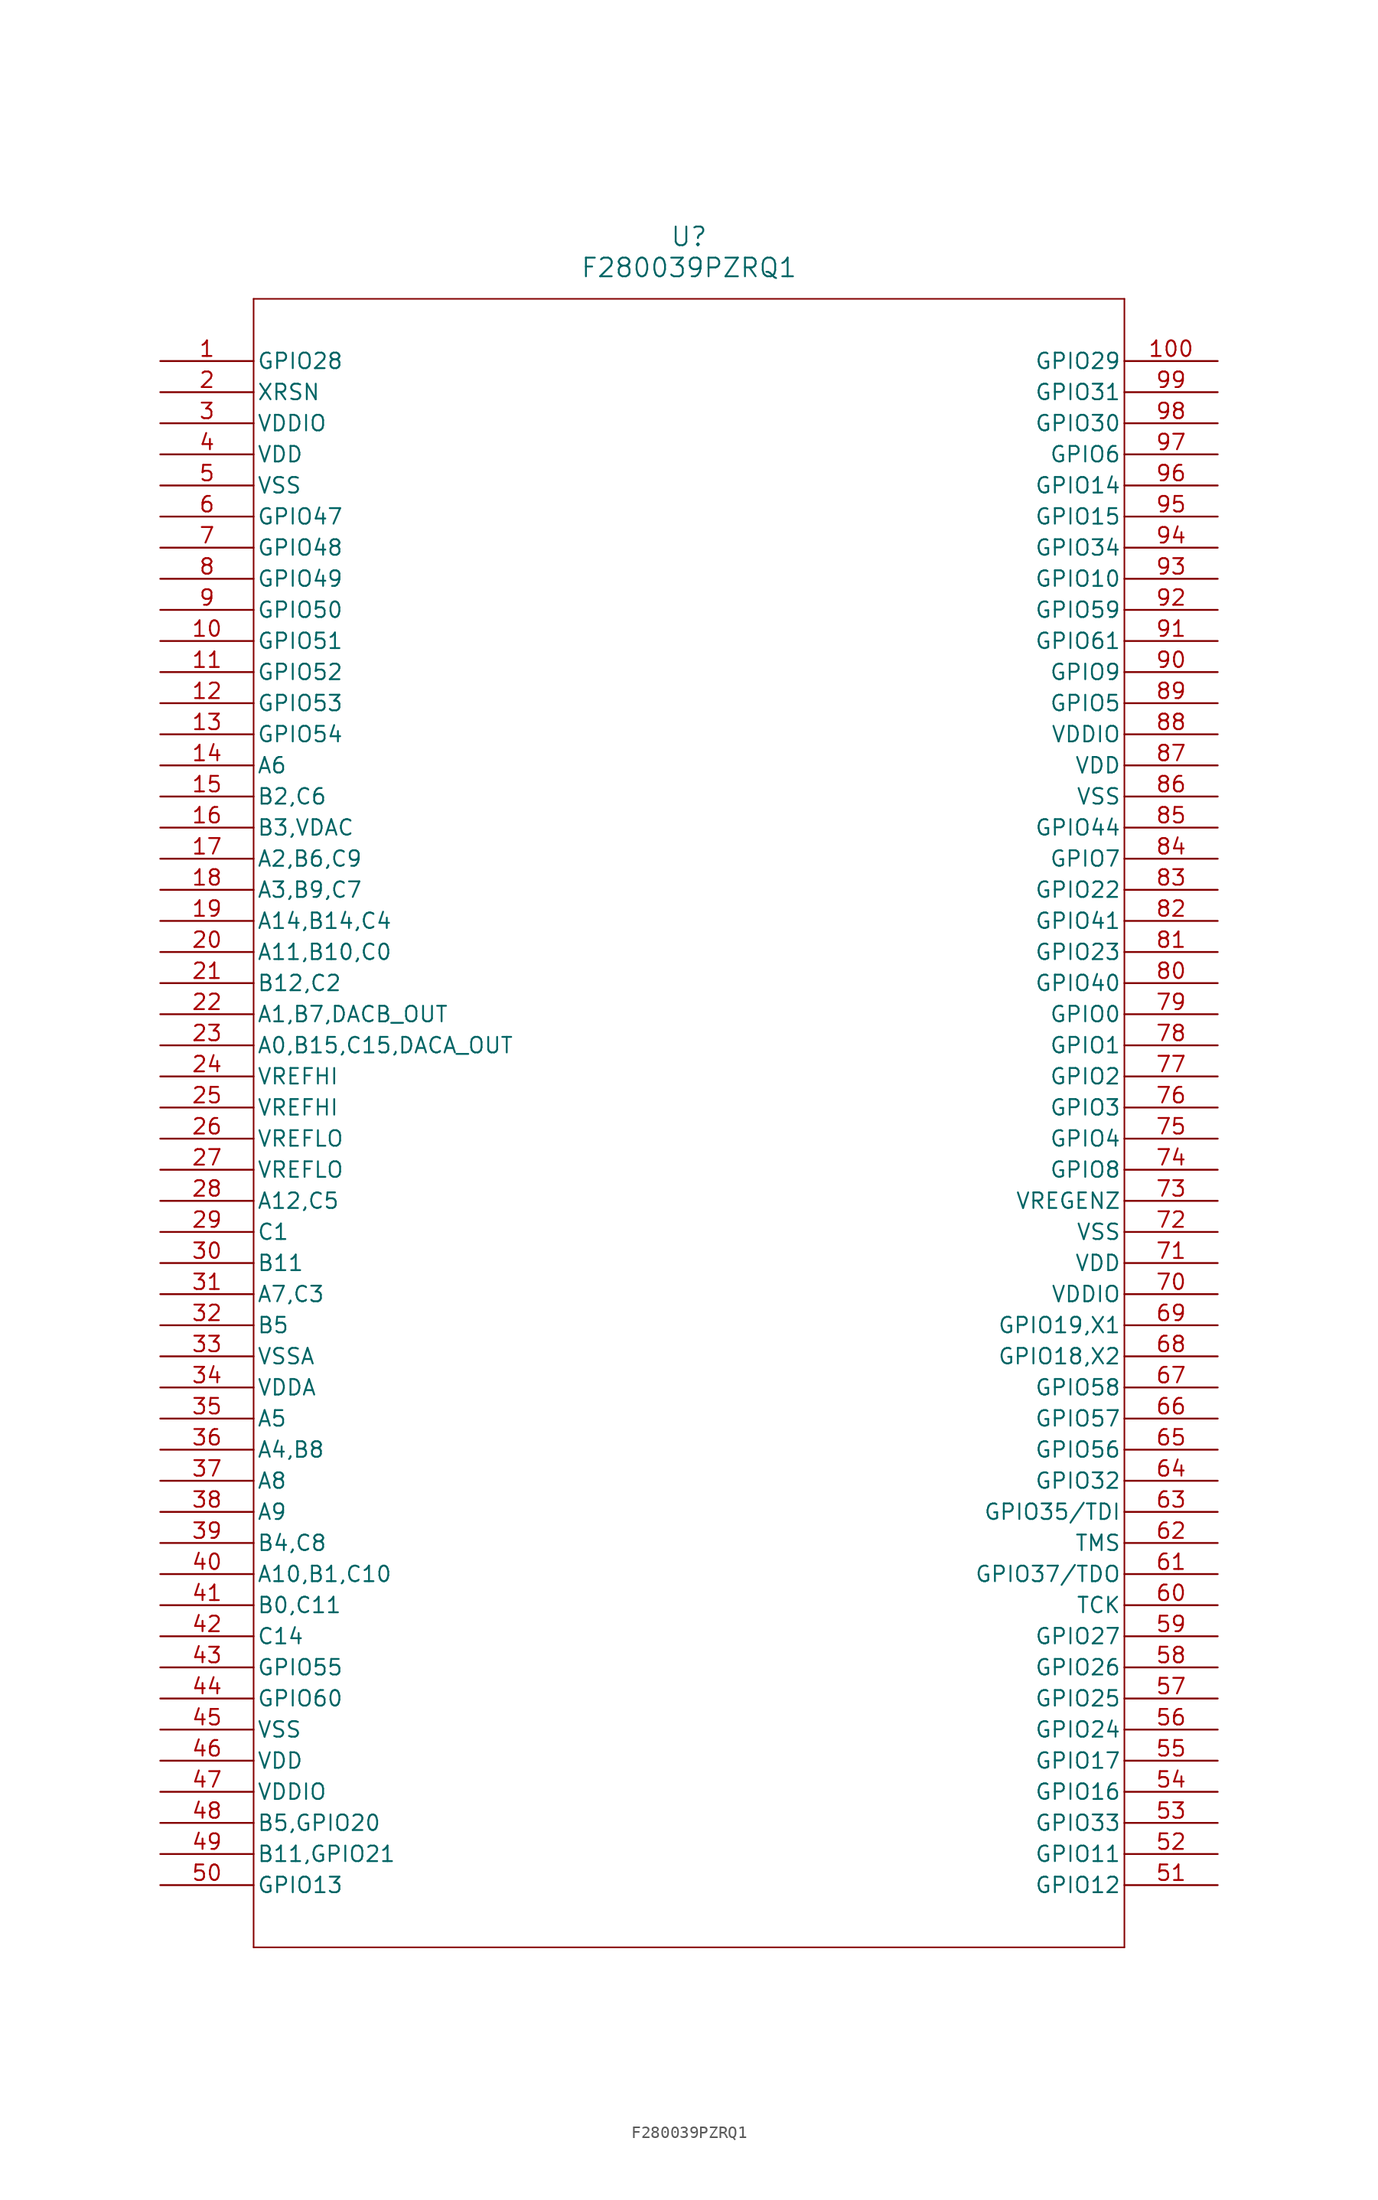
<source format=kicad_sym>
(kicad_symbol_lib
  (version 20241209)
  (generator "kicad_symbol_editor")
  (generator_version "9.0")
  (symbol "F280039PZRQ1"
    (pin_names
      (offset 0.254))
    (property "Reference" "U"
      (at 43.18 10.16 0)
      (effects (font (size 1.524 1.524))))
    (property "Value" "F280039PZRQ1"
      (at 43.18 7.62 0)
      (effects (font (size 1.524 1.524))))
    (symbol "F280039PZRQ1_0_1"
      (polyline (pts (xy 7.62 5.08) (xy 7.62 -129.54)) (stroke (width 0.127) (type default)) (fill (type none)))
      (polyline (pts (xy 7.62 -129.54) (xy 78.74 -129.54)) (stroke (width 0.127) (type default)) (fill (type none)))
      (polyline (pts (xy 78.74 5.08) (xy 7.62 5.08)) (stroke (width 0.127) (type default)) (fill (type none)))
      (polyline (pts (xy 78.74 -129.54) (xy 78.74 5.08)) (stroke (width 0.127) (type default)) (fill (type none)))
      (pin bidirectional line (at 0 0 0) (length 7.62) (name "GPIO28" (effects (font (size 1.27 1.27)))) (number "1" (effects (font (size 1.27 1.27)))))
      (pin bidirectional line (at 0 -2.54 0) (length 7.62) (name "XRSN" (effects (font (size 1.27 1.27)))) (number "2" (effects (font (size 1.27 1.27)))))
      (pin power_in line (at 0 -5.08 0) (length 7.62) (name "VDDIO" (effects (font (size 1.27 1.27)))) (number "3" (effects (font (size 1.27 1.27)))))
      (pin power_in line (at 0 -7.62 0) (length 7.62) (name "VDD" (effects (font (size 1.27 1.27)))) (number "4" (effects (font (size 1.27 1.27)))))
      (pin power_out line (at 0 -10.16 0) (length 7.62) (name "VSS" (effects (font (size 1.27 1.27)))) (number "5" (effects (font (size 1.27 1.27)))))
      (pin bidirectional line (at 0 -12.7 0) (length 7.62) (name "GPIO47" (effects (font (size 1.27 1.27)))) (number "6" (effects (font (size 1.27 1.27)))))
      (pin bidirectional line (at 0 -15.24 0) (length 7.62) (name "GPIO48" (effects (font (size 1.27 1.27)))) (number "7" (effects (font (size 1.27 1.27)))))
      (pin bidirectional line (at 0 -17.78 0) (length 7.62) (name "GPIO49" (effects (font (size 1.27 1.27)))) (number "8" (effects (font (size 1.27 1.27)))))
      (pin bidirectional line (at 0 -20.32 0) (length 7.62) (name "GPIO50" (effects (font (size 1.27 1.27)))) (number "9" (effects (font (size 1.27 1.27)))))
      (pin bidirectional line (at 0 -22.86 0) (length 7.62) (name "GPIO51" (effects (font (size 1.27 1.27)))) (number "10" (effects (font (size 1.27 1.27)))))
      (pin bidirectional line (at 0 -25.4 0) (length 7.62) (name "GPIO52" (effects (font (size 1.27 1.27)))) (number "11" (effects (font (size 1.27 1.27)))))
      (pin bidirectional line (at 0 -27.94 0) (length 7.62) (name "GPIO53" (effects (font (size 1.27 1.27)))) (number "12" (effects (font (size 1.27 1.27)))))
      (pin bidirectional line (at 0 -30.48 0) (length 7.62) (name "GPIO54" (effects (font (size 1.27 1.27)))) (number "13" (effects (font (size 1.27 1.27)))))
      (pin bidirectional line (at 0 -33.02 0) (length 7.62) (name "A6" (effects (font (size 1.27 1.27)))) (number "14" (effects (font (size 1.27 1.27)))))
      (pin bidirectional line (at 0 -35.56 0) (length 7.62) (name "B2,C6" (effects (font (size 1.27 1.27)))) (number "15" (effects (font (size 1.27 1.27)))))
      (pin bidirectional line (at 0 -38.1 0) (length 7.62) (name "B3,VDAC" (effects (font (size 1.27 1.27)))) (number "16" (effects (font (size 1.27 1.27)))))
      (pin bidirectional line (at 0 -40.64 0) (length 7.62) (name "A2,B6,C9" (effects (font (size 1.27 1.27)))) (number "17" (effects (font (size 1.27 1.27)))))
      (pin bidirectional line (at 0 -43.18 0) (length 7.62) (name "A3,B9,C7" (effects (font (size 1.27 1.27)))) (number "18" (effects (font (size 1.27 1.27)))))
      (pin bidirectional line (at 0 -45.72 0) (length 7.62) (name "A14,B14,C4" (effects (font (size 1.27 1.27)))) (number "19" (effects (font (size 1.27 1.27)))))
      (pin bidirectional line (at 0 -48.26 0) (length 7.62) (name "A11,B10,C0" (effects (font (size 1.27 1.27)))) (number "20" (effects (font (size 1.27 1.27)))))
      (pin bidirectional line (at 0 -50.8 0) (length 7.62) (name "B12,C2" (effects (font (size 1.27 1.27)))) (number "21" (effects (font (size 1.27 1.27)))))
      (pin output line (at 0 -53.34 0) (length 7.62) (name "A1,B7,DACB_OUT" (effects (font (size 1.27 1.27)))) (number "22" (effects (font (size 1.27 1.27)))))
      (pin output line (at 0 -55.88 0) (length 7.62) (name "A0,B15,C15,DACA_OUT" (effects (font (size 1.27 1.27)))) (number "23" (effects (font (size 1.27 1.27)))))
      (pin power_in line (at 0 -58.42 0) (length 7.62) (name "VREFHI" (effects (font (size 1.27 1.27)))) (number "24" (effects (font (size 1.27 1.27)))))
      (pin power_in line (at 0 -60.96 0) (length 7.62) (name "VREFHI" (effects (font (size 1.27 1.27)))) (number "25" (effects (font (size 1.27 1.27)))))
      (pin power_in line (at 0 -63.5 0) (length 7.62) (name "VREFLO" (effects (font (size 1.27 1.27)))) (number "26" (effects (font (size 1.27 1.27)))))
      (pin power_in line (at 0 -66.04 0) (length 7.62) (name "VREFLO" (effects (font (size 1.27 1.27)))) (number "27" (effects (font (size 1.27 1.27)))))
      (pin bidirectional line (at 0 -68.58 0) (length 7.62) (name "A12,C5" (effects (font (size 1.27 1.27)))) (number "28" (effects (font (size 1.27 1.27)))))
      (pin bidirectional line (at 0 -71.12 0) (length 7.62) (name "C1" (effects (font (size 1.27 1.27)))) (number "29" (effects (font (size 1.27 1.27)))))
      (pin bidirectional line (at 0 -73.66 0) (length 7.62) (name "B11" (effects (font (size 1.27 1.27)))) (number "30" (effects (font (size 1.27 1.27)))))
      (pin bidirectional line (at 0 -76.2 0) (length 7.62) (name "A7,C3" (effects (font (size 1.27 1.27)))) (number "31" (effects (font (size 1.27 1.27)))))
      (pin bidirectional line (at 0 -78.74 0) (length 7.62) (name "B5" (effects (font (size 1.27 1.27)))) (number "32" (effects (font (size 1.27 1.27)))))
      (pin power_out line (at 0 -81.28 0) (length 7.62) (name "VSSA" (effects (font (size 1.27 1.27)))) (number "33" (effects (font (size 1.27 1.27)))))
      (pin power_in line (at 0 -83.82 0) (length 7.62) (name "VDDA" (effects (font (size 1.27 1.27)))) (number "34" (effects (font (size 1.27 1.27)))))
      (pin bidirectional line (at 0 -86.36 0) (length 7.62) (name "A5" (effects (font (size 1.27 1.27)))) (number "35" (effects (font (size 1.27 1.27)))))
      (pin bidirectional line (at 0 -88.9 0) (length 7.62) (name "A4,B8" (effects (font (size 1.27 1.27)))) (number "36" (effects (font (size 1.27 1.27)))))
      (pin bidirectional line (at 0 -91.44 0) (length 7.62) (name "A8" (effects (font (size 1.27 1.27)))) (number "37" (effects (font (size 1.27 1.27)))))
      (pin bidirectional line (at 0 -93.98 0) (length 7.62) (name "A9" (effects (font (size 1.27 1.27)))) (number "38" (effects (font (size 1.27 1.27)))))
      (pin bidirectional line (at 0 -96.52 0) (length 7.62) (name "B4,C8" (effects (font (size 1.27 1.27)))) (number "39" (effects (font (size 1.27 1.27)))))
      (pin bidirectional line (at 0 -99.06 0) (length 7.62) (name "A10,B1,C10" (effects (font (size 1.27 1.27)))) (number "40" (effects (font (size 1.27 1.27)))))
      (pin bidirectional line (at 0 -101.6 0) (length 7.62) (name "B0,C11" (effects (font (size 1.27 1.27)))) (number "41" (effects (font (size 1.27 1.27)))))
      (pin bidirectional line (at 0 -104.14 0) (length 7.62) (name "C14" (effects (font (size 1.27 1.27)))) (number "42" (effects (font (size 1.27 1.27)))))
      (pin bidirectional line (at 0 -106.68 0) (length 7.62) (name "GPIO55" (effects (font (size 1.27 1.27)))) (number "43" (effects (font (size 1.27 1.27)))))
      (pin bidirectional line (at 0 -109.22 0) (length 7.62) (name "GPIO60" (effects (font (size 1.27 1.27)))) (number "44" (effects (font (size 1.27 1.27)))))
      (pin power_out line (at 0 -111.76 0) (length 7.62) (name "VSS" (effects (font (size 1.27 1.27)))) (number "45" (effects (font (size 1.27 1.27)))))
      (pin power_in line (at 0 -114.3 0) (length 7.62) (name "VDD" (effects (font (size 1.27 1.27)))) (number "46" (effects (font (size 1.27 1.27)))))
      (pin power_in line (at 0 -116.84 0) (length 7.62) (name "VDDIO" (effects (font (size 1.27 1.27)))) (number "47" (effects (font (size 1.27 1.27)))))
      (pin bidirectional line (at 0 -119.38 0) (length 7.62) (name "B5,GPIO20" (effects (font (size 1.27 1.27)))) (number "48" (effects (font (size 1.27 1.27)))))
      (pin bidirectional line (at 0 -121.92 0) (length 7.62) (name "B11,GPIO21" (effects (font (size 1.27 1.27)))) (number "49" (effects (font (size 1.27 1.27)))))
      (pin bidirectional line (at 0 -124.46 0) (length 7.62) (name "GPIO13" (effects (font (size 1.27 1.27)))) (number "50" (effects (font (size 1.27 1.27)))))
      (pin bidirectional line (at 86.36 0 180) (length 7.62) (name "GPIO29" (effects (font (size 1.27 1.27)))) (number "100" (effects (font (size 1.27 1.27)))))
      (pin bidirectional line (at 86.36 -2.54 180) (length 7.62) (name "GPIO31" (effects (font (size 1.27 1.27)))) (number "99" (effects (font (size 1.27 1.27)))))
      (pin bidirectional line (at 86.36 -5.08 180) (length 7.62) (name "GPIO30" (effects (font (size 1.27 1.27)))) (number "98" (effects (font (size 1.27 1.27)))))
      (pin bidirectional line (at 86.36 -7.62 180) (length 7.62) (name "GPIO6" (effects (font (size 1.27 1.27)))) (number "97" (effects (font (size 1.27 1.27)))))
      (pin bidirectional line (at 86.36 -10.16 180) (length 7.62) (name "GPIO14" (effects (font (size 1.27 1.27)))) (number "96" (effects (font (size 1.27 1.27)))))
      (pin bidirectional line (at 86.36 -12.7 180) (length 7.62) (name "GPIO15" (effects (font (size 1.27 1.27)))) (number "95" (effects (font (size 1.27 1.27)))))
      (pin bidirectional line (at 86.36 -15.24 180) (length 7.62) (name "GPIO34" (effects (font (size 1.27 1.27)))) (number "94" (effects (font (size 1.27 1.27)))))
      (pin bidirectional line (at 86.36 -17.78 180) (length 7.62) (name "GPIO10" (effects (font (size 1.27 1.27)))) (number "93" (effects (font (size 1.27 1.27)))))
      (pin bidirectional line (at 86.36 -20.32 180) (length 7.62) (name "GPIO59" (effects (font (size 1.27 1.27)))) (number "92" (effects (font (size 1.27 1.27)))))
      (pin bidirectional line (at 86.36 -22.86 180) (length 7.62) (name "GPIO61" (effects (font (size 1.27 1.27)))) (number "91" (effects (font (size 1.27 1.27)))))
      (pin bidirectional line (at 86.36 -25.4 180) (length 7.62) (name "GPIO9" (effects (font (size 1.27 1.27)))) (number "90" (effects (font (size 1.27 1.27)))))
      (pin bidirectional line (at 86.36 -27.94 180) (length 7.62) (name "GPIO5" (effects (font (size 1.27 1.27)))) (number "89" (effects (font (size 1.27 1.27)))))
      (pin power_in line (at 86.36 -30.48 180) (length 7.62) (name "VDDIO" (effects (font (size 1.27 1.27)))) (number "88" (effects (font (size 1.27 1.27)))))
      (pin power_in line (at 86.36 -33.02 180) (length 7.62) (name "VDD" (effects (font (size 1.27 1.27)))) (number "87" (effects (font (size 1.27 1.27)))))
      (pin power_out line (at 86.36 -35.56 180) (length 7.62) (name "VSS" (effects (font (size 1.27 1.27)))) (number "86" (effects (font (size 1.27 1.27)))))
      (pin bidirectional line (at 86.36 -38.1 180) (length 7.62) (name "GPIO44" (effects (font (size 1.27 1.27)))) (number "85" (effects (font (size 1.27 1.27)))))
      (pin bidirectional line (at 86.36 -40.64 180) (length 7.62) (name "GPIO7" (effects (font (size 1.27 1.27)))) (number "84" (effects (font (size 1.27 1.27)))))
      (pin bidirectional line (at 86.36 -43.18 180) (length 7.62) (name "GPIO22" (effects (font (size 1.27 1.27)))) (number "83" (effects (font (size 1.27 1.27)))))
      (pin bidirectional line (at 86.36 -45.72 180) (length 7.62) (name "GPIO41" (effects (font (size 1.27 1.27)))) (number "82" (effects (font (size 1.27 1.27)))))
      (pin bidirectional line (at 86.36 -48.26 180) (length 7.62) (name "GPIO23" (effects (font (size 1.27 1.27)))) (number "81" (effects (font (size 1.27 1.27)))))
      (pin bidirectional line (at 86.36 -50.8 180) (length 7.62) (name "GPIO40" (effects (font (size 1.27 1.27)))) (number "80" (effects (font (size 1.27 1.27)))))
      (pin bidirectional line (at 86.36 -53.34 180) (length 7.62) (name "GPIO0" (effects (font (size 1.27 1.27)))) (number "79" (effects (font (size 1.27 1.27)))))
      (pin bidirectional line (at 86.36 -55.88 180) (length 7.62) (name "GPIO1" (effects (font (size 1.27 1.27)))) (number "78" (effects (font (size 1.27 1.27)))))
      (pin bidirectional line (at 86.36 -58.42 180) (length 7.62) (name "GPIO2" (effects (font (size 1.27 1.27)))) (number "77" (effects (font (size 1.27 1.27)))))
      (pin bidirectional line (at 86.36 -60.96 180) (length 7.62) (name "GPIO3" (effects (font (size 1.27 1.27)))) (number "76" (effects (font (size 1.27 1.27)))))
      (pin bidirectional line (at 86.36 -63.5 180) (length 7.62) (name "GPIO4" (effects (font (size 1.27 1.27)))) (number "75" (effects (font (size 1.27 1.27)))))
      (pin bidirectional line (at 86.36 -66.04 180) (length 7.62) (name "GPIO8" (effects (font (size 1.27 1.27)))) (number "74" (effects (font (size 1.27 1.27)))))
      (pin input line (at 86.36 -68.58 180) (length 7.62) (name "VREGENZ" (effects (font (size 1.27 1.27)))) (number "73" (effects (font (size 1.27 1.27)))))
      (pin power_out line (at 86.36 -71.12 180) (length 7.62) (name "VSS" (effects (font (size 1.27 1.27)))) (number "72" (effects (font (size 1.27 1.27)))))
      (pin power_in line (at 86.36 -73.66 180) (length 7.62) (name "VDD" (effects (font (size 1.27 1.27)))) (number "71" (effects (font (size 1.27 1.27)))))
      (pin power_in line (at 86.36 -76.2 180) (length 7.62) (name "VDDIO" (effects (font (size 1.27 1.27)))) (number "70" (effects (font (size 1.27 1.27)))))
      (pin bidirectional line (at 86.36 -78.74 180) (length 7.62) (name "GPIO19,X1" (effects (font (size 1.27 1.27)))) (number "69" (effects (font (size 1.27 1.27)))))
      (pin bidirectional line (at 86.36 -81.28 180) (length 7.62) (name "GPIO18,X2" (effects (font (size 1.27 1.27)))) (number "68" (effects (font (size 1.27 1.27)))))
      (pin bidirectional line (at 86.36 -83.82 180) (length 7.62) (name "GPIO58" (effects (font (size 1.27 1.27)))) (number "67" (effects (font (size 1.27 1.27)))))
      (pin bidirectional line (at 86.36 -86.36 180) (length 7.62) (name "GPIO57" (effects (font (size 1.27 1.27)))) (number "66" (effects (font (size 1.27 1.27)))))
      (pin bidirectional line (at 86.36 -88.9 180) (length 7.62) (name "GPIO56" (effects (font (size 1.27 1.27)))) (number "65" (effects (font (size 1.27 1.27)))))
      (pin bidirectional line (at 86.36 -91.44 180) (length 7.62) (name "GPIO32" (effects (font (size 1.27 1.27)))) (number "64" (effects (font (size 1.27 1.27)))))
      (pin bidirectional line (at 86.36 -93.98 180) (length 7.62) (name "GPIO35/TDI" (effects (font (size 1.27 1.27)))) (number "63" (effects (font (size 1.27 1.27)))))
      (pin bidirectional line (at 86.36 -96.52 180) (length 7.62) (name "TMS" (effects (font (size 1.27 1.27)))) (number "62" (effects (font (size 1.27 1.27)))))
      (pin bidirectional line (at 86.36 -99.06 180) (length 7.62) (name "GPIO37/TDO" (effects (font (size 1.27 1.27)))) (number "61" (effects (font (size 1.27 1.27)))))
      (pin input line (at 86.36 -101.6 180) (length 7.62) (name "TCK" (effects (font (size 1.27 1.27)))) (number "60" (effects (font (size 1.27 1.27)))))
      (pin bidirectional line (at 86.36 -104.14 180) (length 7.62) (name "GPIO27" (effects (font (size 1.27 1.27)))) (number "59" (effects (font (size 1.27 1.27)))))
      (pin bidirectional line (at 86.36 -106.68 180) (length 7.62) (name "GPIO26" (effects (font (size 1.27 1.27)))) (number "58" (effects (font (size 1.27 1.27)))))
      (pin bidirectional line (at 86.36 -109.22 180) (length 7.62) (name "GPIO25" (effects (font (size 1.27 1.27)))) (number "57" (effects (font (size 1.27 1.27)))))
      (pin bidirectional line (at 86.36 -111.76 180) (length 7.62) (name "GPIO24" (effects (font (size 1.27 1.27)))) (number "56" (effects (font (size 1.27 1.27)))))
      (pin bidirectional line (at 86.36 -114.3 180) (length 7.62) (name "GPIO17" (effects (font (size 1.27 1.27)))) (number "55" (effects (font (size 1.27 1.27)))))
      (pin bidirectional line (at 86.36 -116.84 180) (length 7.62) (name "GPIO16" (effects (font (size 1.27 1.27)))) (number "54" (effects (font (size 1.27 1.27)))))
      (pin bidirectional line (at 86.36 -119.38 180) (length 7.62) (name "GPIO33" (effects (font (size 1.27 1.27)))) (number "53" (effects (font (size 1.27 1.27)))))
      (pin bidirectional line (at 86.36 -121.92 180) (length 7.62) (name "GPIO11" (effects (font (size 1.27 1.27)))) (number "52" (effects (font (size 1.27 1.27)))))
      (pin bidirectional line (at 86.36 -124.46 180) (length 7.62) (name "GPIO12" (effects (font (size 1.27 1.27)))) (number "51" (effects (font (size 1.27 1.27))))))))
</source>
